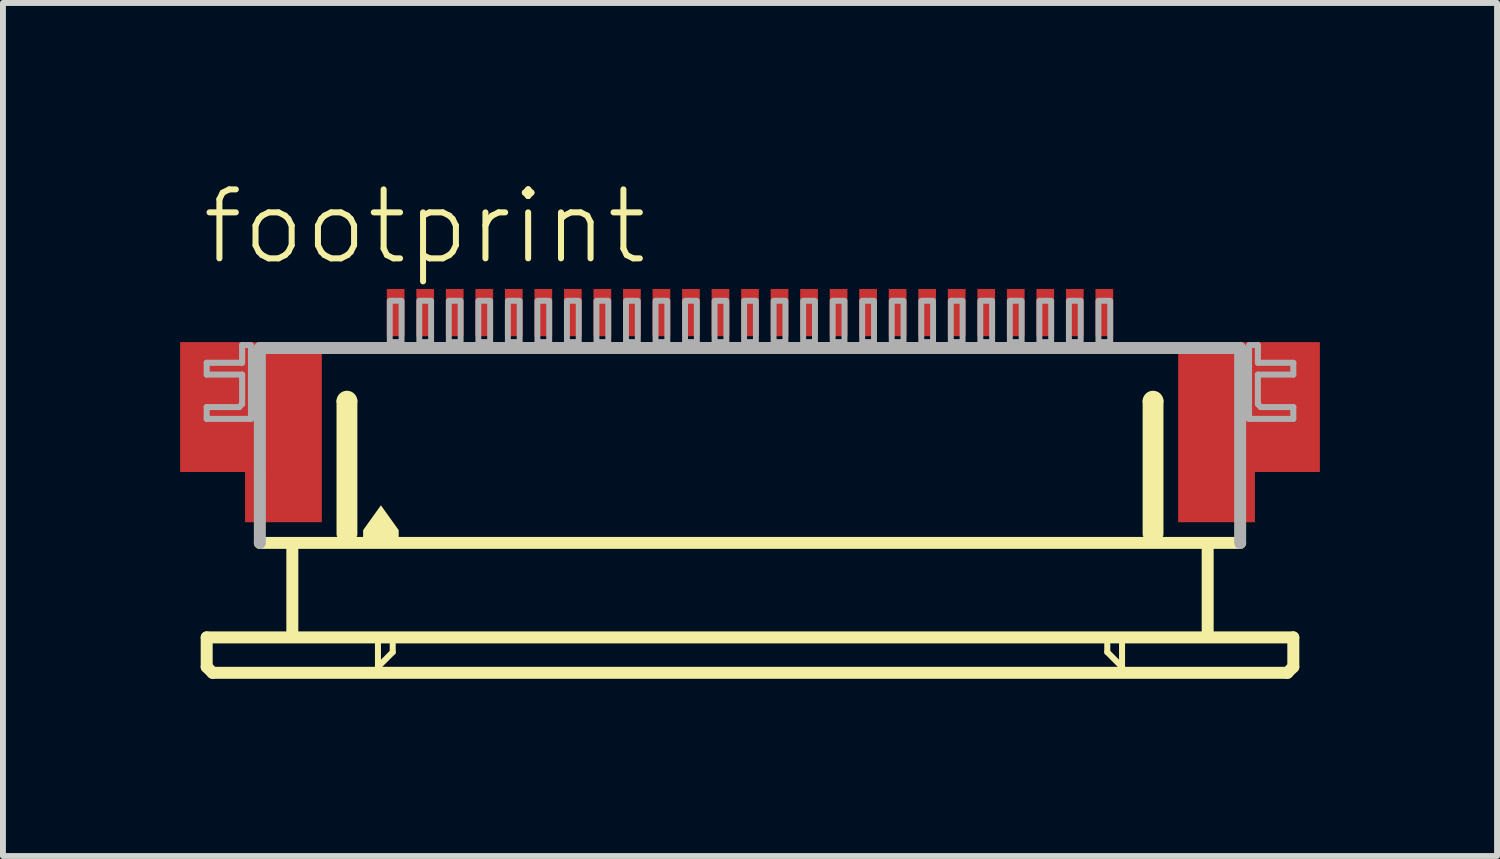
<source format=kicad_pcb>
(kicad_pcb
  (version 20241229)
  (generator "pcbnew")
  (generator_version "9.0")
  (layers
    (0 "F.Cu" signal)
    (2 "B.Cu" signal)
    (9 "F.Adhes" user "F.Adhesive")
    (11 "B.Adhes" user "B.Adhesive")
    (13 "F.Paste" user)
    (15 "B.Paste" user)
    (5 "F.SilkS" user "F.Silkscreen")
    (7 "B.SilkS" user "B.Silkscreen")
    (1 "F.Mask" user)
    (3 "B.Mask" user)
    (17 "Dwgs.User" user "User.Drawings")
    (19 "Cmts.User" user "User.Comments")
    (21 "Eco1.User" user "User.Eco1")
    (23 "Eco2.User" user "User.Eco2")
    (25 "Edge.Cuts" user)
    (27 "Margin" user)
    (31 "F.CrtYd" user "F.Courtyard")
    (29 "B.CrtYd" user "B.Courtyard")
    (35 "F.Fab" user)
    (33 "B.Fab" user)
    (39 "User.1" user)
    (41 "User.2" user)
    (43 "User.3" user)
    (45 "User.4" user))
  (footprint "footprint"
    (layer "F.Cu")
    (at 9.65 4.743)
    (property "Reference" "footprint" (at -9.33 -3.27 0) (layer "F.SilkS") (effects (font (size 1.168 1.168) (thickness 0.102)) (justify left bottom)))
    (fp_poly (pts (xy -9.65 0.2) (xy -7.25 0.2) (xy -7.25 -2) (xy -9.65 -2)) (stroke (width 0) (type solid)) (fill yes) (layer "F.Cu"))
    (fp_poly (pts (xy -8.55 1.05) (xy -7.25 1.05) (xy -7.25 0.2) (xy -8.55 0.2)) (stroke (width 0) (type solid)) (fill yes) (layer "F.Cu"))
    (fp_poly (pts (xy 7.25 0.2) (xy 9.65 0.2) (xy 9.65 -2) (xy 7.25 -2)) (stroke (width 0) (type solid)) (fill yes) (layer "F.Cu"))
    (fp_poly (pts (xy 7.25 1.05) (xy 8.55 1.05) (xy 8.55 0.2) (xy 7.25 0.2)) (stroke (width 0) (type solid)) (fill yes) (layer "F.Cu"))
    (fp_poly (pts (xy -9.65 0.2) (xy -8.5 0.2) (xy -8.5 -2) (xy -9.65 -2)) (stroke (width 0) (type solid)) (fill yes) (layer "F.Mask"))
    (fp_poly (pts (xy -8.55 1.05) (xy -7.25 1.05) (xy -7.25 -2) (xy -8.55 -2)) (stroke (width 0) (type solid)) (fill yes) (layer "F.Mask"))
    (fp_poly (pts (xy 8.55 -2) (xy 7.25 -2) (xy 7.25 1.05) (xy 8.55 1.05)) (stroke (width 0) (type solid)) (fill yes) (layer "F.Mask"))
    (fp_poly (pts (xy 9.65 -2) (xy 8.5 -2) (xy 8.5 0.2) (xy 9.65 0.2)) (stroke (width 0) (type solid)) (fill yes) (layer "F.Mask"))
    (fp_line (start -9.2 3) (end -9.2 3.5) (stroke (width 0.203) (type solid)) (layer "F.SilkS"))
    (fp_line (start -9.2 3.5) (end -9.1 3.6) (stroke (width 0.203) (type solid)) (layer "F.SilkS"))
    (fp_line (start -9.1 3.6) (end 9.1 3.6) (stroke (width 0.203) (type solid)) (layer "F.SilkS"))
    (fp_line (start -7.75 1.5) (end -7.75 2.9) (stroke (width 0.203) (type solid)) (layer "F.SilkS"))
    (fp_line (start -6.9 1.25) (end -6.9 -1) (stroke (width 0.203) (type solid)) (layer "F.SilkS"))
    (fp_line (start -6.75 -1) (end -6.75 1.25) (stroke (width 0.203) (type solid)) (layer "F.SilkS"))
    (fp_line (start -6.3 3.1) (end -6.3 3.5) (stroke (width 0.102) (type solid)) (layer "F.SilkS"))
    (fp_line (start -6.3 3.5) (end -6.05 3.25) (stroke (width 0.102) (type solid)) (layer "F.SilkS"))
    (fp_line (start -6.05 3.25) (end -6.05 3.1) (stroke (width 0.102) (type solid)) (layer "F.SilkS"))
    (fp_line (start 6.05 3.1) (end 6.05 3.25) (stroke (width 0.102) (type solid)) (layer "F.SilkS"))
    (fp_line (start 6.05 3.25) (end 6.3 3.5) (stroke (width 0.102) (type solid)) (layer "F.SilkS"))
    (fp_line (start 6.3 3.5) (end 6.3 3.1) (stroke (width 0.102) (type solid)) (layer "F.SilkS"))
    (fp_line (start 6.75 1.25) (end 6.75 -1) (stroke (width 0.203) (type solid)) (layer "F.SilkS"))
    (fp_line (start 6.9 -1) (end 6.9 1.25) (stroke (width 0.203) (type solid)) (layer "F.SilkS"))
    (fp_line (start 7.75 1.5) (end 7.75 2.9) (stroke (width 0.203) (type solid)) (layer "F.SilkS"))
    (fp_line (start 8.3 1.4) (end -8.3 1.4) (stroke (width 0.203) (type solid)) (layer "F.SilkS"))
    (fp_line (start 9.1 3.6) (end 9.2 3.5) (stroke (width 0.203) (type solid)) (layer "F.SilkS"))
    (fp_line (start 9.2 3) (end -9.2 3) (stroke (width 0.203) (type solid)) (layer "F.SilkS"))
    (fp_line (start 9.2 3.5) (end 9.2 3) (stroke (width 0.203) (type solid)) (layer "F.SilkS"))
    (fp_arc (start -6.9 -1) (mid -6.825 -1.075) (end -6.75 -1) (stroke (width 0.2032) (type solid)) (layer "F.SilkS"))
    (fp_arc (start 6.75 -1) (mid 6.825 -1.075) (end 6.9 -1) (stroke (width 0.2032) (type solid)) (layer "F.SilkS"))
    (fp_poly (pts (xy -5.949 1.184) (xy -5.949 1.301) (xy -6.551 1.301) (xy -6.551 1.184) (xy -6.25 0.763)) (stroke (width 0) (type solid)) (fill yes) (layer "F.SilkS"))
    (fp_poly (pts (xy -9.45 0.05) (xy -7.45 0.05) (xy -7.45 -1.85) (xy -9.45 -1.85)) (stroke (width 0) (type solid)) (fill yes) (layer "F.Paste"))
    (fp_poly (pts (xy 9.45 -1.85) (xy 7.45 -1.85) (xy 7.45 0.05) (xy 9.45 0.05)) (stroke (width 0) (type solid)) (fill yes) (layer "F.Paste"))
    (fp_line (start -9.2 -1.65) (end -9.2 -1.45) (stroke (width 0.102) (type solid)) (layer "F.Fab"))
    (fp_line (start -9.2 -1.45) (end -8.6 -1.45) (stroke (width 0.102) (type solid)) (layer "F.Fab"))
    (fp_line (start -9.2 -0.9) (end -9.2 -0.7) (stroke (width 0.102) (type solid)) (layer "F.Fab"))
    (fp_line (start -9.2 -0.7) (end -8.45 -0.7) (stroke (width 0.102) (type solid)) (layer "F.Fab"))
    (fp_line (start -8.65 -0.9) (end -9.2 -0.9) (stroke (width 0.102) (type solid)) (layer "F.Fab"))
    (fp_line (start -8.6 -1.95) (end -8.6 -1.65) (stroke (width 0.102) (type solid)) (layer "F.Fab"))
    (fp_line (start -8.6 -1.65) (end -9.2 -1.65) (stroke (width 0.102) (type solid)) (layer "F.Fab"))
    (fp_line (start -8.6 -1.45) (end -8.6 -0.95) (stroke (width 0.102) (type solid)) (layer "F.Fab"))
    (fp_line (start -8.6 -0.95) (end -8.65 -0.9) (stroke (width 0.102) (type solid)) (layer "F.Fab"))
    (fp_line (start -8.45 -1.95) (end -8.6 -1.95) (stroke (width 0.102) (type solid)) (layer "F.Fab"))
    (fp_line (start -8.45 -0.7) (end -8.45 -1.9) (stroke (width 0.102) (type solid)) (layer "F.Fab"))
    (fp_line (start -8.3 -1.9) (end 8.3 -1.9) (stroke (width 0.203) (type solid)) (layer "F.Fab"))
    (fp_line (start -8.3 1.4) (end -8.3 -1.9) (stroke (width 0.203) (type solid)) (layer "F.Fab"))
    (fp_line (start 8.3 -1.9) (end 8.3 1.4) (stroke (width 0.203) (type solid)) (layer "F.Fab"))
    (fp_line (start 8.45 -1.95) (end 8.6 -1.95) (stroke (width 0.102) (type solid)) (layer "F.Fab"))
    (fp_line (start 8.45 -0.7) (end 8.45 -1.9) (stroke (width 0.102) (type solid)) (layer "F.Fab"))
    (fp_line (start 8.6 -1.95) (end 8.6 -1.65) (stroke (width 0.102) (type solid)) (layer "F.Fab"))
    (fp_line (start 8.6 -1.65) (end 9.2 -1.65) (stroke (width 0.102) (type solid)) (layer "F.Fab"))
    (fp_line (start 8.6 -1.45) (end 8.6 -0.95) (stroke (width 0.102) (type solid)) (layer "F.Fab"))
    (fp_line (start 8.6 -0.95) (end 8.65 -0.9) (stroke (width 0.102) (type solid)) (layer "F.Fab"))
    (fp_line (start 8.65 -0.9) (end 9.2 -0.9) (stroke (width 0.102) (type solid)) (layer "F.Fab"))
    (fp_line (start 9.2 -1.65) (end 9.2 -1.45) (stroke (width 0.102) (type solid)) (layer "F.Fab"))
    (fp_line (start 9.2 -1.45) (end 8.6 -1.45) (stroke (width 0.102) (type solid)) (layer "F.Fab"))
    (fp_line (start 9.2 -0.9) (end 9.2 -0.7) (stroke (width 0.102) (type solid)) (layer "F.Fab"))
    (fp_line (start 9.2 -0.7) (end 8.45 -0.7) (stroke (width 0.102) (type solid)) (layer "F.Fab"))
    (fp_poly (pts (xy -6.1 -2) (xy -5.9 -2) (xy -5.9 -2.7) (xy -6.1 -2.7)) (stroke (width 0.1) (type solid)) (fill no) (layer "F.Fab"))
    (fp_poly (pts (xy -5.6 -2) (xy -5.4 -2) (xy -5.4 -2.7) (xy -5.6 -2.7)) (stroke (width 0.1) (type solid)) (fill no) (layer "F.Fab"))
    (fp_poly (pts (xy -5.1 -2) (xy -4.9 -2) (xy -4.9 -2.7) (xy -5.1 -2.7)) (stroke (width 0.1) (type solid)) (fill no) (layer "F.Fab"))
    (fp_poly (pts (xy -4.6 -2) (xy -4.4 -2) (xy -4.4 -2.7) (xy -4.6 -2.7)) (stroke (width 0.1) (type solid)) (fill no) (layer "F.Fab"))
    (fp_poly (pts (xy -4.1 -2) (xy -3.9 -2) (xy -3.9 -2.7) (xy -4.1 -2.7)) (stroke (width 0.1) (type solid)) (fill no) (layer "F.Fab"))
    (fp_poly (pts (xy -3.6 -2) (xy -3.4 -2) (xy -3.4 -2.7) (xy -3.6 -2.7)) (stroke (width 0.1) (type solid)) (fill no) (layer "F.Fab"))
    (fp_poly (pts (xy -3.1 -2) (xy -2.9 -2) (xy -2.9 -2.7) (xy -3.1 -2.7)) (stroke (width 0.1) (type solid)) (fill no) (layer "F.Fab"))
    (fp_poly (pts (xy -2.6 -2) (xy -2.4 -2) (xy -2.4 -2.7) (xy -2.6 -2.7)) (stroke (width 0.1) (type solid)) (fill no) (layer "F.Fab"))
    (fp_poly (pts (xy -2.1 -2) (xy -1.9 -2) (xy -1.9 -2.7) (xy -2.1 -2.7)) (stroke (width 0.1) (type solid)) (fill no) (layer "F.Fab"))
    (fp_poly (pts (xy -1.6 -2) (xy -1.4 -2) (xy -1.4 -2.7) (xy -1.6 -2.7)) (stroke (width 0.1) (type solid)) (fill no) (layer "F.Fab"))
    (fp_poly (pts (xy -1.1 -2) (xy -0.9 -2) (xy -0.9 -2.7) (xy -1.1 -2.7)) (stroke (width 0.1) (type solid)) (fill no) (layer "F.Fab"))
    (fp_poly (pts (xy -0.6 -2) (xy -0.4 -2) (xy -0.4 -2.7) (xy -0.6 -2.7)) (stroke (width 0.1) (type solid)) (fill no) (layer "F.Fab"))
    (fp_poly (pts (xy -0.1 -2) (xy 0.1 -2) (xy 0.1 -2.7) (xy -0.1 -2.7)) (stroke (width 0.1) (type solid)) (fill no) (layer "F.Fab"))
    (fp_poly (pts (xy 0.4 -2) (xy 0.6 -2) (xy 0.6 -2.7) (xy 0.4 -2.7)) (stroke (width 0.1) (type solid)) (fill no) (layer "F.Fab"))
    (fp_poly (pts (xy 0.9 -2) (xy 1.1 -2) (xy 1.1 -2.7) (xy 0.9 -2.7)) (stroke (width 0.1) (type solid)) (fill no) (layer "F.Fab"))
    (fp_poly (pts (xy 1.4 -2) (xy 1.6 -2) (xy 1.6 -2.7) (xy 1.4 -2.7)) (stroke (width 0.1) (type solid)) (fill no) (layer "F.Fab"))
    (fp_poly (pts (xy 1.9 -2) (xy 2.1 -2) (xy 2.1 -2.7) (xy 1.9 -2.7)) (stroke (width 0.1) (type solid)) (fill no) (layer "F.Fab"))
    (fp_poly (pts (xy 2.4 -2) (xy 2.6 -2) (xy 2.6 -2.7) (xy 2.4 -2.7)) (stroke (width 0.1) (type solid)) (fill no) (layer "F.Fab"))
    (fp_poly (pts (xy 2.9 -2) (xy 3.1 -2) (xy 3.1 -2.7) (xy 2.9 -2.7)) (stroke (width 0.1) (type solid)) (fill no) (layer "F.Fab"))
    (fp_poly (pts (xy 3.4 -2) (xy 3.6 -2) (xy 3.6 -2.7) (xy 3.4 -2.7)) (stroke (width 0.1) (type solid)) (fill no) (layer "F.Fab"))
    (fp_poly (pts (xy 3.9 -2) (xy 4.1 -2) (xy 4.1 -2.7) (xy 3.9 -2.7)) (stroke (width 0.1) (type solid)) (fill no) (layer "F.Fab"))
    (fp_poly (pts (xy 4.4 -2) (xy 4.6 -2) (xy 4.6 -2.7) (xy 4.4 -2.7)) (stroke (width 0.1) (type solid)) (fill no) (layer "F.Fab"))
    (fp_poly (pts (xy 4.9 -2) (xy 5.1 -2) (xy 5.1 -2.7) (xy 4.9 -2.7)) (stroke (width 0.1) (type solid)) (fill no) (layer "F.Fab"))
    (fp_poly (pts (xy 5.4 -2) (xy 5.6 -2) (xy 5.6 -2.7) (xy 5.4 -2.7)) (stroke (width 0.1) (type solid)) (fill no) (layer "F.Fab"))
    (fp_poly (pts (xy 5.9 -2) (xy 6.1 -2) (xy 6.1 -2.7) (xy 5.9 -2.7)) (stroke (width 0.1) (type solid)) (fill no) (layer "F.Fab"))
    (pad "1" smd rect (at -6 -2.5) (size 0.3 0.8) (layers "F.Cu" "F.Mask" "F.Paste"))
    (pad "2" smd rect (at -5.5 -2.5) (size 0.3 0.8) (layers "F.Cu" "F.Mask" "F.Paste"))
    (pad "3" smd rect (at -5 -2.5) (size 0.3 0.8) (layers "F.Cu" "F.Mask" "F.Paste"))
    (pad "4" smd rect (at -4.5 -2.5) (size 0.3 0.8) (layers "F.Cu" "F.Mask" "F.Paste"))
    (pad "5" smd rect (at -4 -2.5) (size 0.3 0.8) (layers "F.Cu" "F.Mask" "F.Paste"))
    (pad "6" smd rect (at -3.5 -2.5) (size 0.3 0.8) (layers "F.Cu" "F.Mask" "F.Paste"))
    (pad "7" smd rect (at -3 -2.5) (size 0.3 0.8) (layers "F.Cu" "F.Mask" "F.Paste"))
    (pad "8" smd rect (at -2.5 -2.5) (size 0.3 0.8) (layers "F.Cu" "F.Mask" "F.Paste"))
    (pad "9" smd rect (at -2 -2.5) (size 0.3 0.8) (layers "F.Cu" "F.Mask" "F.Paste"))
    (pad "10" smd rect (at -1.5 -2.5) (size 0.3 0.8) (layers "F.Cu" "F.Mask" "F.Paste"))
    (pad "11" smd rect (at -1 -2.5) (size 0.3 0.8) (layers "F.Cu" "F.Mask" "F.Paste"))
    (pad "12" smd rect (at -0.5 -2.5) (size 0.3 0.8) (layers "F.Cu" "F.Mask" "F.Paste"))
    (pad "13" smd rect (at 0 -2.5) (size 0.3 0.8) (layers "F.Cu" "F.Mask" "F.Paste"))
    (pad "14" smd rect (at 0.5 -2.5) (size 0.3 0.8) (layers "F.Cu" "F.Mask" "F.Paste"))
    (pad "15" smd rect (at 1 -2.5) (size 0.3 0.8) (layers "F.Cu" "F.Mask" "F.Paste"))
    (pad "16" smd rect (at 1.5 -2.5) (size 0.3 0.8) (layers "F.Cu" "F.Mask" "F.Paste"))
    (pad "17" smd rect (at 2 -2.5) (size 0.3 0.8) (layers "F.Cu" "F.Mask" "F.Paste"))
    (pad "18" smd rect (at 2.5 -2.5) (size 0.3 0.8) (layers "F.Cu" "F.Mask" "F.Paste"))
    (pad "19" smd rect (at 3 -2.5) (size 0.3 0.8) (layers "F.Cu" "F.Mask" "F.Paste"))
    (pad "20" smd rect (at 3.5 -2.5) (size 0.3 0.8) (layers "F.Cu" "F.Mask" "F.Paste"))
    (pad "21" smd rect (at 4 -2.5) (size 0.3 0.8) (layers "F.Cu" "F.Mask" "F.Paste"))
    (pad "22" smd rect (at 4.5 -2.5) (size 0.3 0.8) (layers "F.Cu" "F.Mask" "F.Paste"))
    (pad "23" smd rect (at 5 -2.5) (size 0.3 0.8) (layers "F.Cu" "F.Mask" "F.Paste"))
    (pad "24" smd rect (at 5.5 -2.5) (size 0.3 0.8) (layers "F.Cu" "F.Mask" "F.Paste"))
    (pad "25" smd rect (at 6 -2.5) (size 0.3 0.8) (layers "F.Cu" "F.Mask" "F.Paste")))
  (gr_rect
    (start -3 -3)
    (end 22.3 11.445)
    (stroke (width 0.1) (type default))
    (fill no)
    (layer "Edge.Cuts")))
</source>
